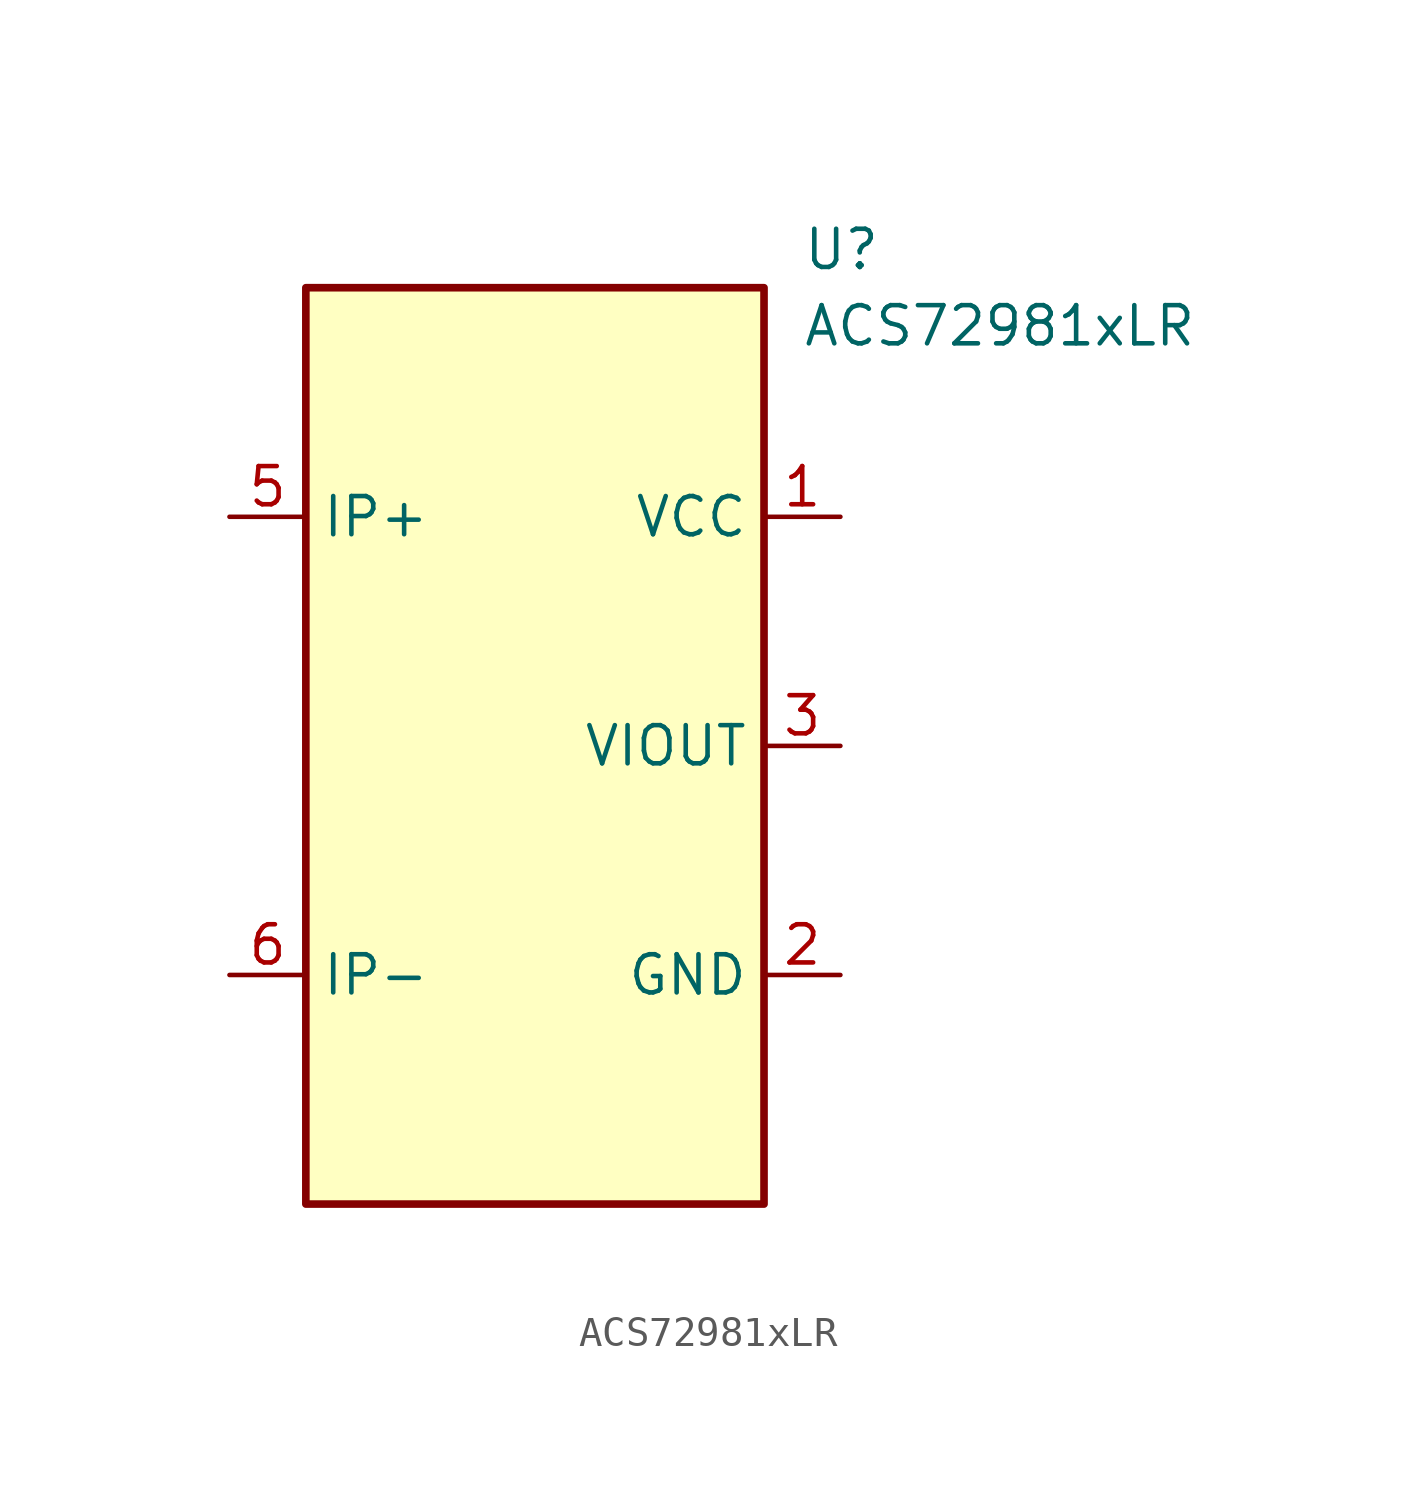
<source format=kicad_sym>
(kicad_symbol_lib
  (version 20241209)
  (generator "kicad_symbol_editor")
  (generator_version "9.0")
  (symbol "ACS72981xLR"
    (property "Reference" "U"
      (at 8.89 16.51 0)
      (effects (font (size 1.27 1.27)) (justify left)))
    (property "Value" "ACS72981xLR"
      (at 8.89 13.97 0)
      (effects (font (size 1.27 1.27)) (justify left)))
    (symbol "ACS72981xLR_0_1"
      (rectangle (start -7.62 15.24) (end 7.62 -15.24) (stroke (width 0.254) (type default)) (fill (type background))))
    (symbol "ACS72981xLR_1_1"
      (pin passive line (at -10.16 7.62 0) (length 2.54) (name "IP+" (effects (font (size 1.27 1.27)))) (number "5" (effects (font (size 1.27 1.27)))))
      (pin passive line (at -10.16 -7.62 0) (length 2.54) (name "IP-" (effects (font (size 1.27 1.27)))) (number "6" (effects (font (size 1.27 1.27)))))
      (pin passive line (at 10.16 7.62 180) (length 2.54) (name "VCC" (effects (font (size 1.27 1.27)))) (number "1" (effects (font (size 1.27 1.27)))))
      (pin passive line (at 10.16 0 180) (length 2.54) (name "VIOUT" (effects (font (size 1.27 1.27)))) (number "3" (effects (font (size 1.27 1.27)))))
      (pin passive line (at 10.16 -7.62 180) (length 2.54) (name "GND" (effects (font (size 1.27 1.27)))) (number "2" (effects (font (size 1.27 1.27))))))))
</source>
